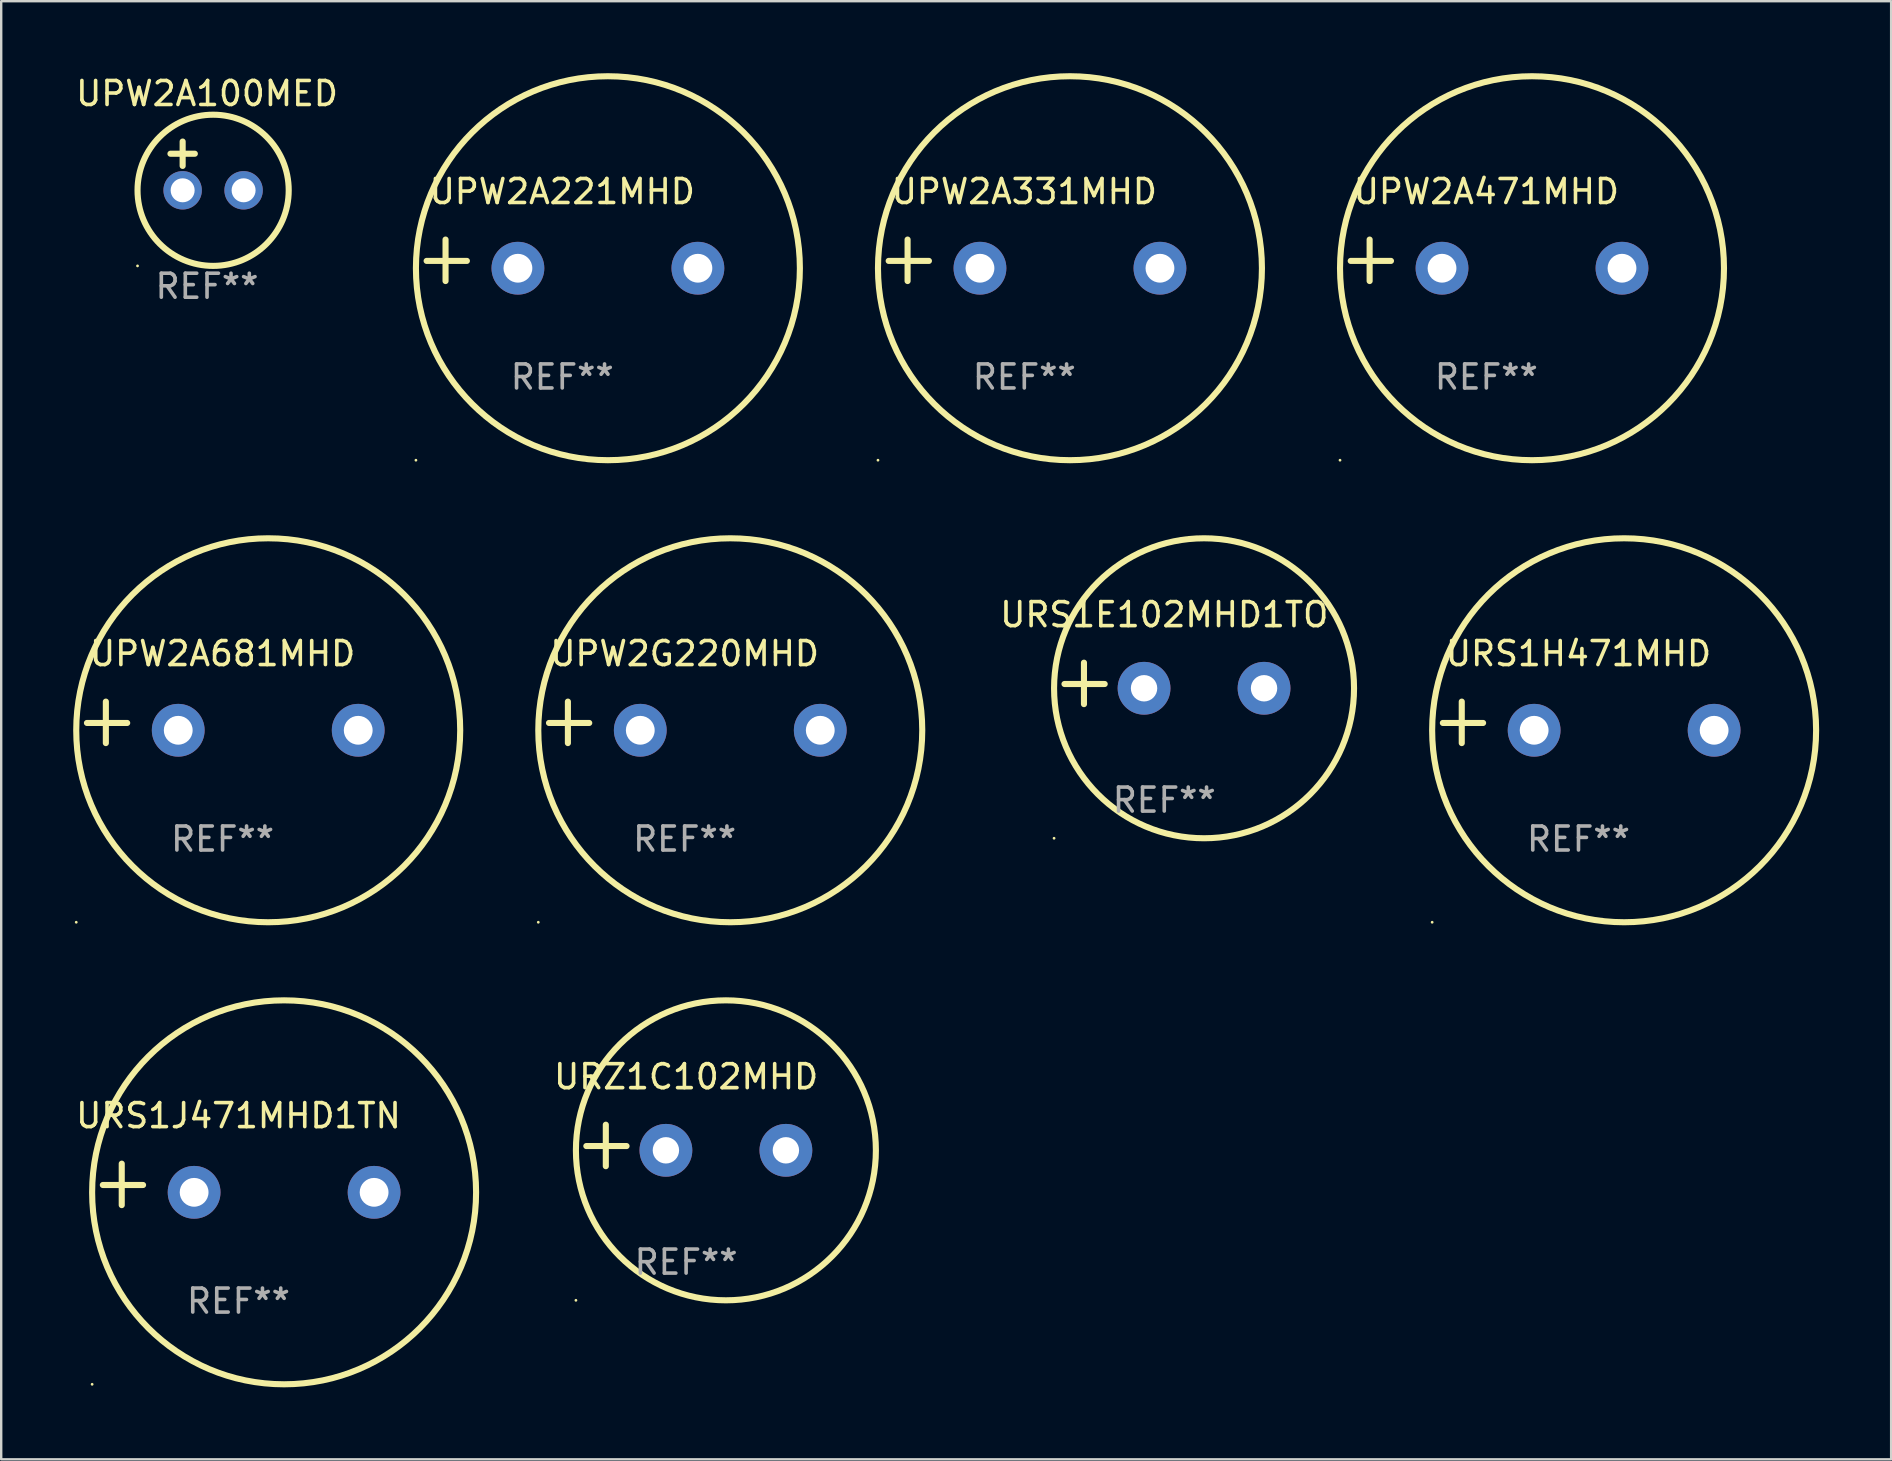
<source format=kicad_pcb>
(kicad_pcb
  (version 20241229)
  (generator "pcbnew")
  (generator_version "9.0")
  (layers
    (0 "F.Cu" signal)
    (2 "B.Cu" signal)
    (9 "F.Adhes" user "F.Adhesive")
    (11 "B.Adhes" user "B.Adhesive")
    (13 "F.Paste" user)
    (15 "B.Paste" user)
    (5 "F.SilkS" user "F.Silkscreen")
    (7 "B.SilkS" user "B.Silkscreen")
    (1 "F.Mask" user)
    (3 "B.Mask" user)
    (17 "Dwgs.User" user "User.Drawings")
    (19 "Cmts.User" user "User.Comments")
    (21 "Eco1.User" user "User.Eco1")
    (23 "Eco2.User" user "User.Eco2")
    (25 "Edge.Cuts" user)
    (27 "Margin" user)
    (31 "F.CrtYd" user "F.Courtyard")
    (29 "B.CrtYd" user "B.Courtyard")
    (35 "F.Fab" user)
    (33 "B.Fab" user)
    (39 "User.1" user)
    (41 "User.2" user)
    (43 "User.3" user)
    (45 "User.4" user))
  (footprint "URS1E102MHD1TO"
    (layer "F.Cu")
    (at 45.466 25.428)
    (property "Reference" "URS1E102MHD1TO" (at 0 -2.864 0) (layer "F.SilkS") (effects (font (size 1 1) (thickness 0.15))))
    (attr through_hole)
    (fp_line (start -3.346 0.864) (end -3.346 -0.864) (stroke (width 0.254) (type solid)) (layer "F.SilkS"))
    (fp_line (start -2.482 0.025) (end -4.158 0.025) (stroke (width 0.254) (type solid)) (layer "F.SilkS"))
    (fp_circle (center -4.592 6.453) (end -4.562 6.453) (stroke (width 0.06) (type solid)) (fill no) (layer "F.SilkS"))
    (fp_circle (center 1.658 0.203) (end 7.908 0.203) (stroke (width 0.254) (type solid)) (fill no) (layer "F.SilkS"))
    (fp_text user "REF**" (at 0 4.864 0) (layer "F.Fab") (effects (font (size 1 1) (thickness 0.15))))
    (pad "1" thru_hole circle (at -0.842 0.203) (size 2.2 2.2) (drill 1.1) (layers "*.Cu" "*.Mask"))
    (pad "2" thru_hole circle (at 4.158 0.203) (size 2.2 2.2) (drill 1.1) (layers "*.Cu" "*.Mask")))
  (footprint "UPW2A100MED"
    (layer "F.Cu")
    (at 5.577 3.864)
    (property "Reference" "UPW2A100MED" (at 0 -3.016 0) (layer "F.SilkS") (effects (font (size 1 1) (thickness 0.15))))
    (attr through_hole)
    (fp_line (start -1.524 -0.508) (end -0.508 -0.508) (stroke (width 0.254) (type solid)) (layer "F.SilkS"))
    (fp_line (start -1.016 -1.016) (end -1.016 0) (stroke (width 0.254) (type solid)) (layer "F.SilkS"))
    (fp_circle (center -2.896 4.166) (end -2.866 4.166) (stroke (width 0.06) (type solid)) (fill no) (layer "F.SilkS"))
    (fp_circle (center 0.254 1.016) (end 3.404 1.016) (stroke (width 0.254) (type solid)) (fill no) (layer "F.SilkS"))
    (fp_text user "REF**" (at 0 5.016 0) (layer "F.Fab") (effects (font (size 1 1) (thickness 0.15))))
    (pad "1" thru_hole circle (at -1.016 1.016) (size 1.6 1.6) (drill 1) (layers "*.Cu" "*.Mask"))
    (pad "2" thru_hole circle (at 1.524 1.016) (size 1.6 1.6) (drill 1) (layers "*.Cu" "*.Mask")))
  (footprint "URS1H471MHD"
    (layer "F.Cu")
    (at 62.727 27.051)
    (property "Reference" "URS1H471MHD" (at 0 -2.864 0) (layer "F.SilkS") (effects (font (size 1 1) (thickness 0.15))))
    (attr through_hole)
    (fp_line (start -4.864 0.864) (end -4.864 -0.864) (stroke (width 0.254) (type solid)) (layer "F.SilkS"))
    (fp_line (start -3.975 0.025) (end -5.652 0.025) (stroke (width 0.254) (type solid)) (layer "F.SilkS"))
    (fp_circle (center -6.098 8.33) (end -6.068 8.33) (stroke (width 0.06) (type solid)) (fill no) (layer "F.SilkS"))
    (fp_circle (center 1.902 0.33) (end 9.902 0.33) (stroke (width 0.254) (type solid)) (fill no) (layer "F.SilkS"))
    (fp_text user "REF**" (at 0 4.864 0) (layer "F.Fab") (effects (font (size 1 1) (thickness 0.15))))
    (pad "1" thru_hole circle (at -1.848 0.33) (size 2.2 2.2) (drill 1.2) (layers "*.Cu" "*.Mask"))
    (pad "2" thru_hole circle (at 5.652 0.33) (size 2.2 2.2) (drill 1.2) (layers "*.Cu" "*.Mask")))
  (footprint "UPW2A471MHD"
    (layer "F.Cu")
    (at 58.888 7.797)
    (property "Reference" "UPW2A471MHD" (at 0 -2.864 0) (layer "F.SilkS") (effects (font (size 1 1) (thickness 0.15))))
    (attr through_hole)
    (fp_line (start -4.864 0.864) (end -4.864 -0.864) (stroke (width 0.254) (type solid)) (layer "F.SilkS"))
    (fp_line (start -3.975 0.025) (end -5.652 0.025) (stroke (width 0.254) (type solid)) (layer "F.SilkS"))
    (fp_circle (center -6.098 8.33) (end -6.068 8.33) (stroke (width 0.06) (type solid)) (fill no) (layer "F.SilkS"))
    (fp_circle (center 1.902 0.33) (end 9.902 0.33) (stroke (width 0.254) (type solid)) (fill no) (layer "F.SilkS"))
    (fp_text user "REF**" (at 0 4.864 0) (layer "F.Fab") (effects (font (size 1 1) (thickness 0.15))))
    (pad "1" thru_hole circle (at -1.848 0.33) (size 2.2 2.2) (drill 1.2) (layers "*.Cu" "*.Mask"))
    (pad "2" thru_hole circle (at 5.652 0.33) (size 2.2 2.2) (drill 1.2) (layers "*.Cu" "*.Mask")))
  (footprint "UPW2A331MHD"
    (layer "F.Cu")
    (at 39.634 7.797)
    (property "Reference" "UPW2A331MHD" (at 0 -2.864 0) (layer "F.SilkS") (effects (font (size 1 1) (thickness 0.15))))
    (attr through_hole)
    (fp_line (start -4.864 0.864) (end -4.864 -0.864) (stroke (width 0.254) (type solid)) (layer "F.SilkS"))
    (fp_line (start -3.975 0.025) (end -5.652 0.025) (stroke (width 0.254) (type solid)) (layer "F.SilkS"))
    (fp_circle (center -6.098 8.33) (end -6.068 8.33) (stroke (width 0.06) (type solid)) (fill no) (layer "F.SilkS"))
    (fp_circle (center 1.902 0.33) (end 9.902 0.33) (stroke (width 0.254) (type solid)) (fill no) (layer "F.SilkS"))
    (fp_text user "REF**" (at 0 4.864 0) (layer "F.Fab") (effects (font (size 1 1) (thickness 0.15))))
    (pad "1" thru_hole circle (at -1.848 0.33) (size 2.2 2.2) (drill 1.2) (layers "*.Cu" "*.Mask"))
    (pad "2" thru_hole circle (at 5.652 0.33) (size 2.2 2.2) (drill 1.2) (layers "*.Cu" "*.Mask")))
  (footprint "URS1J471MHD1TN"
    (layer "F.Cu")
    (at 6.887 46.305)
    (property "Reference" "URS1J471MHD1TN" (at 0 -2.864 0) (layer "F.SilkS") (effects (font (size 1 1) (thickness 0.15))))
    (attr through_hole)
    (fp_line (start -4.864 0.864) (end -4.864 -0.864) (stroke (width 0.254) (type solid)) (layer "F.SilkS"))
    (fp_line (start -3.975 0.025) (end -5.652 0.025) (stroke (width 0.254) (type solid)) (layer "F.SilkS"))
    (fp_circle (center -6.098 8.33) (end -6.068 8.33) (stroke (width 0.06) (type solid)) (fill no) (layer "F.SilkS"))
    (fp_circle (center 1.902 0.33) (end 9.902 0.33) (stroke (width 0.254) (type solid)) (fill no) (layer "F.SilkS"))
    (fp_text user "REF**" (at 0 4.864 0) (layer "F.Fab") (effects (font (size 1 1) (thickness 0.15))))
    (pad "1" thru_hole circle (at -1.848 0.33) (size 2.2 2.2) (drill 1.2) (layers "*.Cu" "*.Mask"))
    (pad "2" thru_hole circle (at 5.652 0.33) (size 2.2 2.2) (drill 1.2) (layers "*.Cu" "*.Mask")))
  (footprint "UPW2A681MHD"
    (layer "F.Cu")
    (at 6.225 27.051)
    (property "Reference" "UPW2A681MHD" (at 0 -2.864 0) (layer "F.SilkS") (effects (font (size 1 1) (thickness 0.15))))
    (attr through_hole)
    (fp_line (start -4.864 0.864) (end -4.864 -0.864) (stroke (width 0.254) (type solid)) (layer "F.SilkS"))
    (fp_line (start -3.975 0.025) (end -5.652 0.025) (stroke (width 0.254) (type solid)) (layer "F.SilkS"))
    (fp_circle (center -6.098 8.33) (end -6.068 8.33) (stroke (width 0.06) (type solid)) (fill no) (layer "F.SilkS"))
    (fp_circle (center 1.902 0.33) (end 9.902 0.33) (stroke (width 0.254) (type solid)) (fill no) (layer "F.SilkS"))
    (fp_text user "REF**" (at 0 4.864 0) (layer "F.Fab") (effects (font (size 1 1) (thickness 0.15))))
    (pad "1" thru_hole circle (at -1.848 0.33) (size 2.2 2.2) (drill 1.2) (layers "*.Cu" "*.Mask"))
    (pad "2" thru_hole circle (at 5.652 0.33) (size 2.2 2.2) (drill 1.2) (layers "*.Cu" "*.Mask")))
  (footprint "UPW2G220MHD"
    (layer "F.Cu")
    (at 25.479 27.051)
    (property "Reference" "UPW2G220MHD" (at 0 -2.864 0) (layer "F.SilkS") (effects (font (size 1 1) (thickness 0.15))))
    (attr through_hole)
    (fp_line (start -4.864 0.864) (end -4.864 -0.864) (stroke (width 0.254) (type solid)) (layer "F.SilkS"))
    (fp_line (start -3.975 0.025) (end -5.652 0.025) (stroke (width 0.254) (type solid)) (layer "F.SilkS"))
    (fp_circle (center -6.098 8.33) (end -6.068 8.33) (stroke (width 0.06) (type solid)) (fill no) (layer "F.SilkS"))
    (fp_circle (center 1.902 0.33) (end 9.902 0.33) (stroke (width 0.254) (type solid)) (fill no) (layer "F.SilkS"))
    (fp_text user "REF**" (at 0 4.864 0) (layer "F.Fab") (effects (font (size 1 1) (thickness 0.15))))
    (pad "1" thru_hole circle (at -1.848 0.33) (size 2.2 2.2) (drill 1.2) (layers "*.Cu" "*.Mask"))
    (pad "2" thru_hole circle (at 5.652 0.33) (size 2.2 2.2) (drill 1.2) (layers "*.Cu" "*.Mask")))
  (footprint "UPW2A221MHD"
    (layer "F.Cu")
    (at 20.38 7.797)
    (property "Reference" "UPW2A221MHD" (at 0 -2.864 0) (layer "F.SilkS") (effects (font (size 1 1) (thickness 0.15))))
    (attr through_hole)
    (fp_line (start -4.864 0.864) (end -4.864 -0.864) (stroke (width 0.254) (type solid)) (layer "F.SilkS"))
    (fp_line (start -3.975 0.025) (end -5.652 0.025) (stroke (width 0.254) (type solid)) (layer "F.SilkS"))
    (fp_circle (center -6.098 8.33) (end -6.068 8.33) (stroke (width 0.06) (type solid)) (fill no) (layer "F.SilkS"))
    (fp_circle (center 1.902 0.33) (end 9.902 0.33) (stroke (width 0.254) (type solid)) (fill no) (layer "F.SilkS"))
    (fp_text user "REF**" (at 0 4.864 0) (layer "F.Fab") (effects (font (size 1 1) (thickness 0.15))))
    (pad "1" thru_hole circle (at -1.848 0.33) (size 2.2 2.2) (drill 1.2) (layers "*.Cu" "*.Mask"))
    (pad "2" thru_hole circle (at 5.652 0.33) (size 2.2 2.2) (drill 1.2) (layers "*.Cu" "*.Mask")))
  (footprint "URZ1C102MHD"
    (layer "F.Cu")
    (at 25.541 44.682)
    (property "Reference" "URZ1C102MHD" (at 0 -2.864 0) (layer "F.SilkS") (effects (font (size 1 1) (thickness 0.15))))
    (attr through_hole)
    (fp_line (start -3.346 0.864) (end -3.346 -0.864) (stroke (width 0.254) (type solid)) (layer "F.SilkS"))
    (fp_line (start -2.482 0.025) (end -4.158 0.025) (stroke (width 0.254) (type solid)) (layer "F.SilkS"))
    (fp_circle (center -4.592 6.453) (end -4.562 6.453) (stroke (width 0.06) (type solid)) (fill no) (layer "F.SilkS"))
    (fp_circle (center 1.658 0.203) (end 7.908 0.203) (stroke (width 0.254) (type solid)) (fill no) (layer "F.SilkS"))
    (fp_text user "REF**" (at 0 4.864 0) (layer "F.Fab") (effects (font (size 1 1) (thickness 0.15))))
    (pad "1" thru_hole circle (at -0.842 0.203) (size 2.2 2.2) (drill 1.1) (layers "*.Cu" "*.Mask"))
    (pad "2" thru_hole circle (at 4.158 0.203) (size 2.2 2.2) (drill 1.1) (layers "*.Cu" "*.Mask")))
  (gr_rect
    (start -3 -3)
    (end 75.756 57.762)
    (stroke (width 0.1) (type default))
    (fill no)
    (layer "Edge.Cuts")))
</source>
